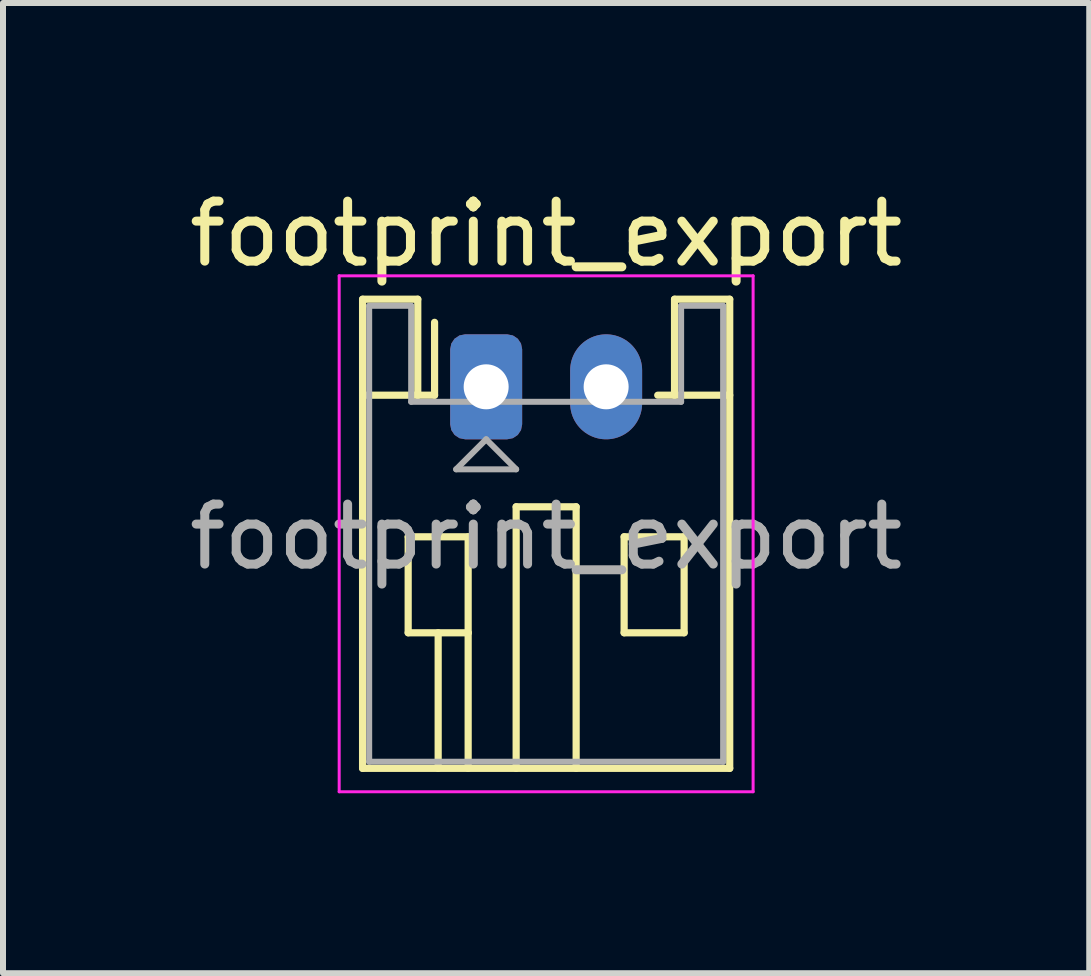
<source format=kicad_pcb>
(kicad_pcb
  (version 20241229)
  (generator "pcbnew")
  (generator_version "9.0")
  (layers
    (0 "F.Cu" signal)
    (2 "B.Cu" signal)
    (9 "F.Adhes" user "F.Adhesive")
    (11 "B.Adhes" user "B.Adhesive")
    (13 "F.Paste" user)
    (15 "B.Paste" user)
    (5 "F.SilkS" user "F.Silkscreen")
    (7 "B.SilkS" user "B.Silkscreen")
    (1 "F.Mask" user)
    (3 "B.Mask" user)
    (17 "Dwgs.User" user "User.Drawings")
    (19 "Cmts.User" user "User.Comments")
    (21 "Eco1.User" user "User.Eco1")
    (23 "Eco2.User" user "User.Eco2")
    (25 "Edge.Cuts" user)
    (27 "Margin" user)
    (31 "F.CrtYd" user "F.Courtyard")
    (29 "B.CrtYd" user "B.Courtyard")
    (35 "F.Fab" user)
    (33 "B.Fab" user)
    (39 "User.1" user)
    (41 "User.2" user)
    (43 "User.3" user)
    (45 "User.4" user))
  (footprint "footprint_export"
    (layer "F.Cu")
    (at 5.054 3.398)
    (property "Reference" "footprint_export" (at 1 -2.55 0) (layer "F.SilkS") (effects (font (size 1 1) (thickness 0.15))))
    (attr through_hole)
    (fp_line (start -2.06 -1.46) (end -2.06 6.36) (stroke (width 0.12) (type solid)) (layer "F.SilkS"))
    (fp_line (start -2.06 0.14) (end -1.14 0.14) (stroke (width 0.12) (type solid)) (layer "F.SilkS"))
    (fp_line (start -2.06 6.36) (end 4.06 6.36) (stroke (width 0.12) (type solid)) (layer "F.SilkS"))
    (fp_line (start -1.3 2.5) (end -1.3 4.1) (stroke (width 0.12) (type solid)) (layer "F.SilkS"))
    (fp_line (start -1.3 4.1) (end -0.3 4.1) (stroke (width 0.12) (type solid)) (layer "F.SilkS"))
    (fp_line (start -1.14 -1.46) (end -2.06 -1.46) (stroke (width 0.12) (type solid)) (layer "F.SilkS"))
    (fp_line (start -1.14 0.14) (end -1.14 -1.46) (stroke (width 0.12) (type solid)) (layer "F.SilkS"))
    (fp_line (start -0.86 0.14) (end -1.14 0.14) (stroke (width 0.12) (type solid)) (layer "F.SilkS"))
    (fp_line (start -0.86 0.14) (end -0.86 -1.075) (stroke (width 0.12) (type solid)) (layer "F.SilkS"))
    (fp_line (start -0.8 4.1) (end -0.8 6.36) (stroke (width 0.12) (type solid)) (layer "F.SilkS"))
    (fp_line (start -0.3 2.5) (end -1.3 2.5) (stroke (width 0.12) (type solid)) (layer "F.SilkS"))
    (fp_line (start -0.3 4.1) (end -0.3 2.5) (stroke (width 0.12) (type solid)) (layer "F.SilkS"))
    (fp_line (start -0.3 4.1) (end -0.3 6.36) (stroke (width 0.12) (type solid)) (layer "F.SilkS"))
    (fp_line (start 0.5 2) (end 1.5 2) (stroke (width 0.12) (type solid)) (layer "F.SilkS"))
    (fp_line (start 0.5 6.36) (end 0.5 2) (stroke (width 0.12) (type solid)) (layer "F.SilkS"))
    (fp_line (start 1.5 2) (end 1.5 6.36) (stroke (width 0.12) (type solid)) (layer "F.SilkS"))
    (fp_line (start 2.3 2.5) (end 3.3 2.5) (stroke (width 0.12) (type solid)) (layer "F.SilkS"))
    (fp_line (start 2.3 4.1) (end 2.3 2.5) (stroke (width 0.12) (type solid)) (layer "F.SilkS"))
    (fp_line (start 3.14 -1.46) (end 3.14 0.14) (stroke (width 0.12) (type solid)) (layer "F.SilkS"))
    (fp_line (start 3.14 0.14) (end 2.86 0.14) (stroke (width 0.12) (type solid)) (layer "F.SilkS"))
    (fp_line (start 3.3 2.5) (end 3.3 4.1) (stroke (width 0.12) (type solid)) (layer "F.SilkS"))
    (fp_line (start 3.3 4.1) (end 2.3 4.1) (stroke (width 0.12) (type solid)) (layer "F.SilkS"))
    (fp_line (start 4.06 -1.46) (end 3.14 -1.46) (stroke (width 0.12) (type solid)) (layer "F.SilkS"))
    (fp_line (start 4.06 0.14) (end 3.14 0.14) (stroke (width 0.12) (type solid)) (layer "F.SilkS"))
    (fp_line (start 4.06 6.36) (end 4.06 -1.46) (stroke (width 0.12) (type solid)) (layer "F.SilkS"))
    (fp_line (start -2.45 -1.85) (end -2.45 6.75) (stroke (width 0.05) (type solid)) (layer "F.CrtYd"))
    (fp_line (start -2.45 6.75) (end 4.45 6.75) (stroke (width 0.05) (type solid)) (layer "F.CrtYd"))
    (fp_line (start 4.45 -1.85) (end -2.45 -1.85) (stroke (width 0.05) (type solid)) (layer "F.CrtYd"))
    (fp_line (start 4.45 6.75) (end 4.45 -1.85) (stroke (width 0.05) (type solid)) (layer "F.CrtYd"))
    (fp_line (start -1.95 -1.35) (end -1.95 6.25) (stroke (width 0.1) (type solid)) (layer "F.Fab"))
    (fp_line (start -1.95 6.25) (end 3.95 6.25) (stroke (width 0.1) (type solid)) (layer "F.Fab"))
    (fp_line (start -1.25 -1.35) (end -1.95 -1.35) (stroke (width 0.1) (type solid)) (layer "F.Fab"))
    (fp_line (start -1.25 0.25) (end -1.25 -1.35) (stroke (width 0.1) (type solid)) (layer "F.Fab"))
    (fp_line (start -0.5 1.375) (end 0.5 1.375) (stroke (width 0.1) (type solid)) (layer "F.Fab"))
    (fp_line (start 0 0.875) (end -0.5 1.375) (stroke (width 0.1) (type solid)) (layer "F.Fab"))
    (fp_line (start 0.5 1.375) (end 0 0.875) (stroke (width 0.1) (type solid)) (layer "F.Fab"))
    (fp_line (start 3.25 -1.35) (end 3.25 0.25) (stroke (width 0.1) (type solid)) (layer "F.Fab"))
    (fp_line (start 3.25 0.25) (end -1.25 0.25) (stroke (width 0.1) (type solid)) (layer "F.Fab"))
    (fp_line (start 3.95 -1.35) (end 3.25 -1.35) (stroke (width 0.1) (type solid)) (layer "F.Fab"))
    (fp_line (start 3.95 6.25) (end 3.95 -1.35) (stroke (width 0.1) (type solid)) (layer "F.Fab"))
    (fp_text user "${REFERENCE}" (at 1 2.5 0) (layer "F.Fab") (effects (font (size 1 1) (thickness 0.15))))
    (pad "1" thru_hole roundrect (at 0 0) (size 1.2 1.75) (drill 0.75) (layers "*.Cu" "*.Mask") (roundrect_rratio 0.208))
    (pad "2" thru_hole oval (at 2 0) (size 1.2 1.75) (drill 0.75) (layers "*.Cu" "*.Mask")))
  (gr_rect
    (start -3 -3)
    (end 15.107 13.173)
    (stroke (width 0.1) (type default))
    (fill no)
    (layer "Edge.Cuts")))
</source>
